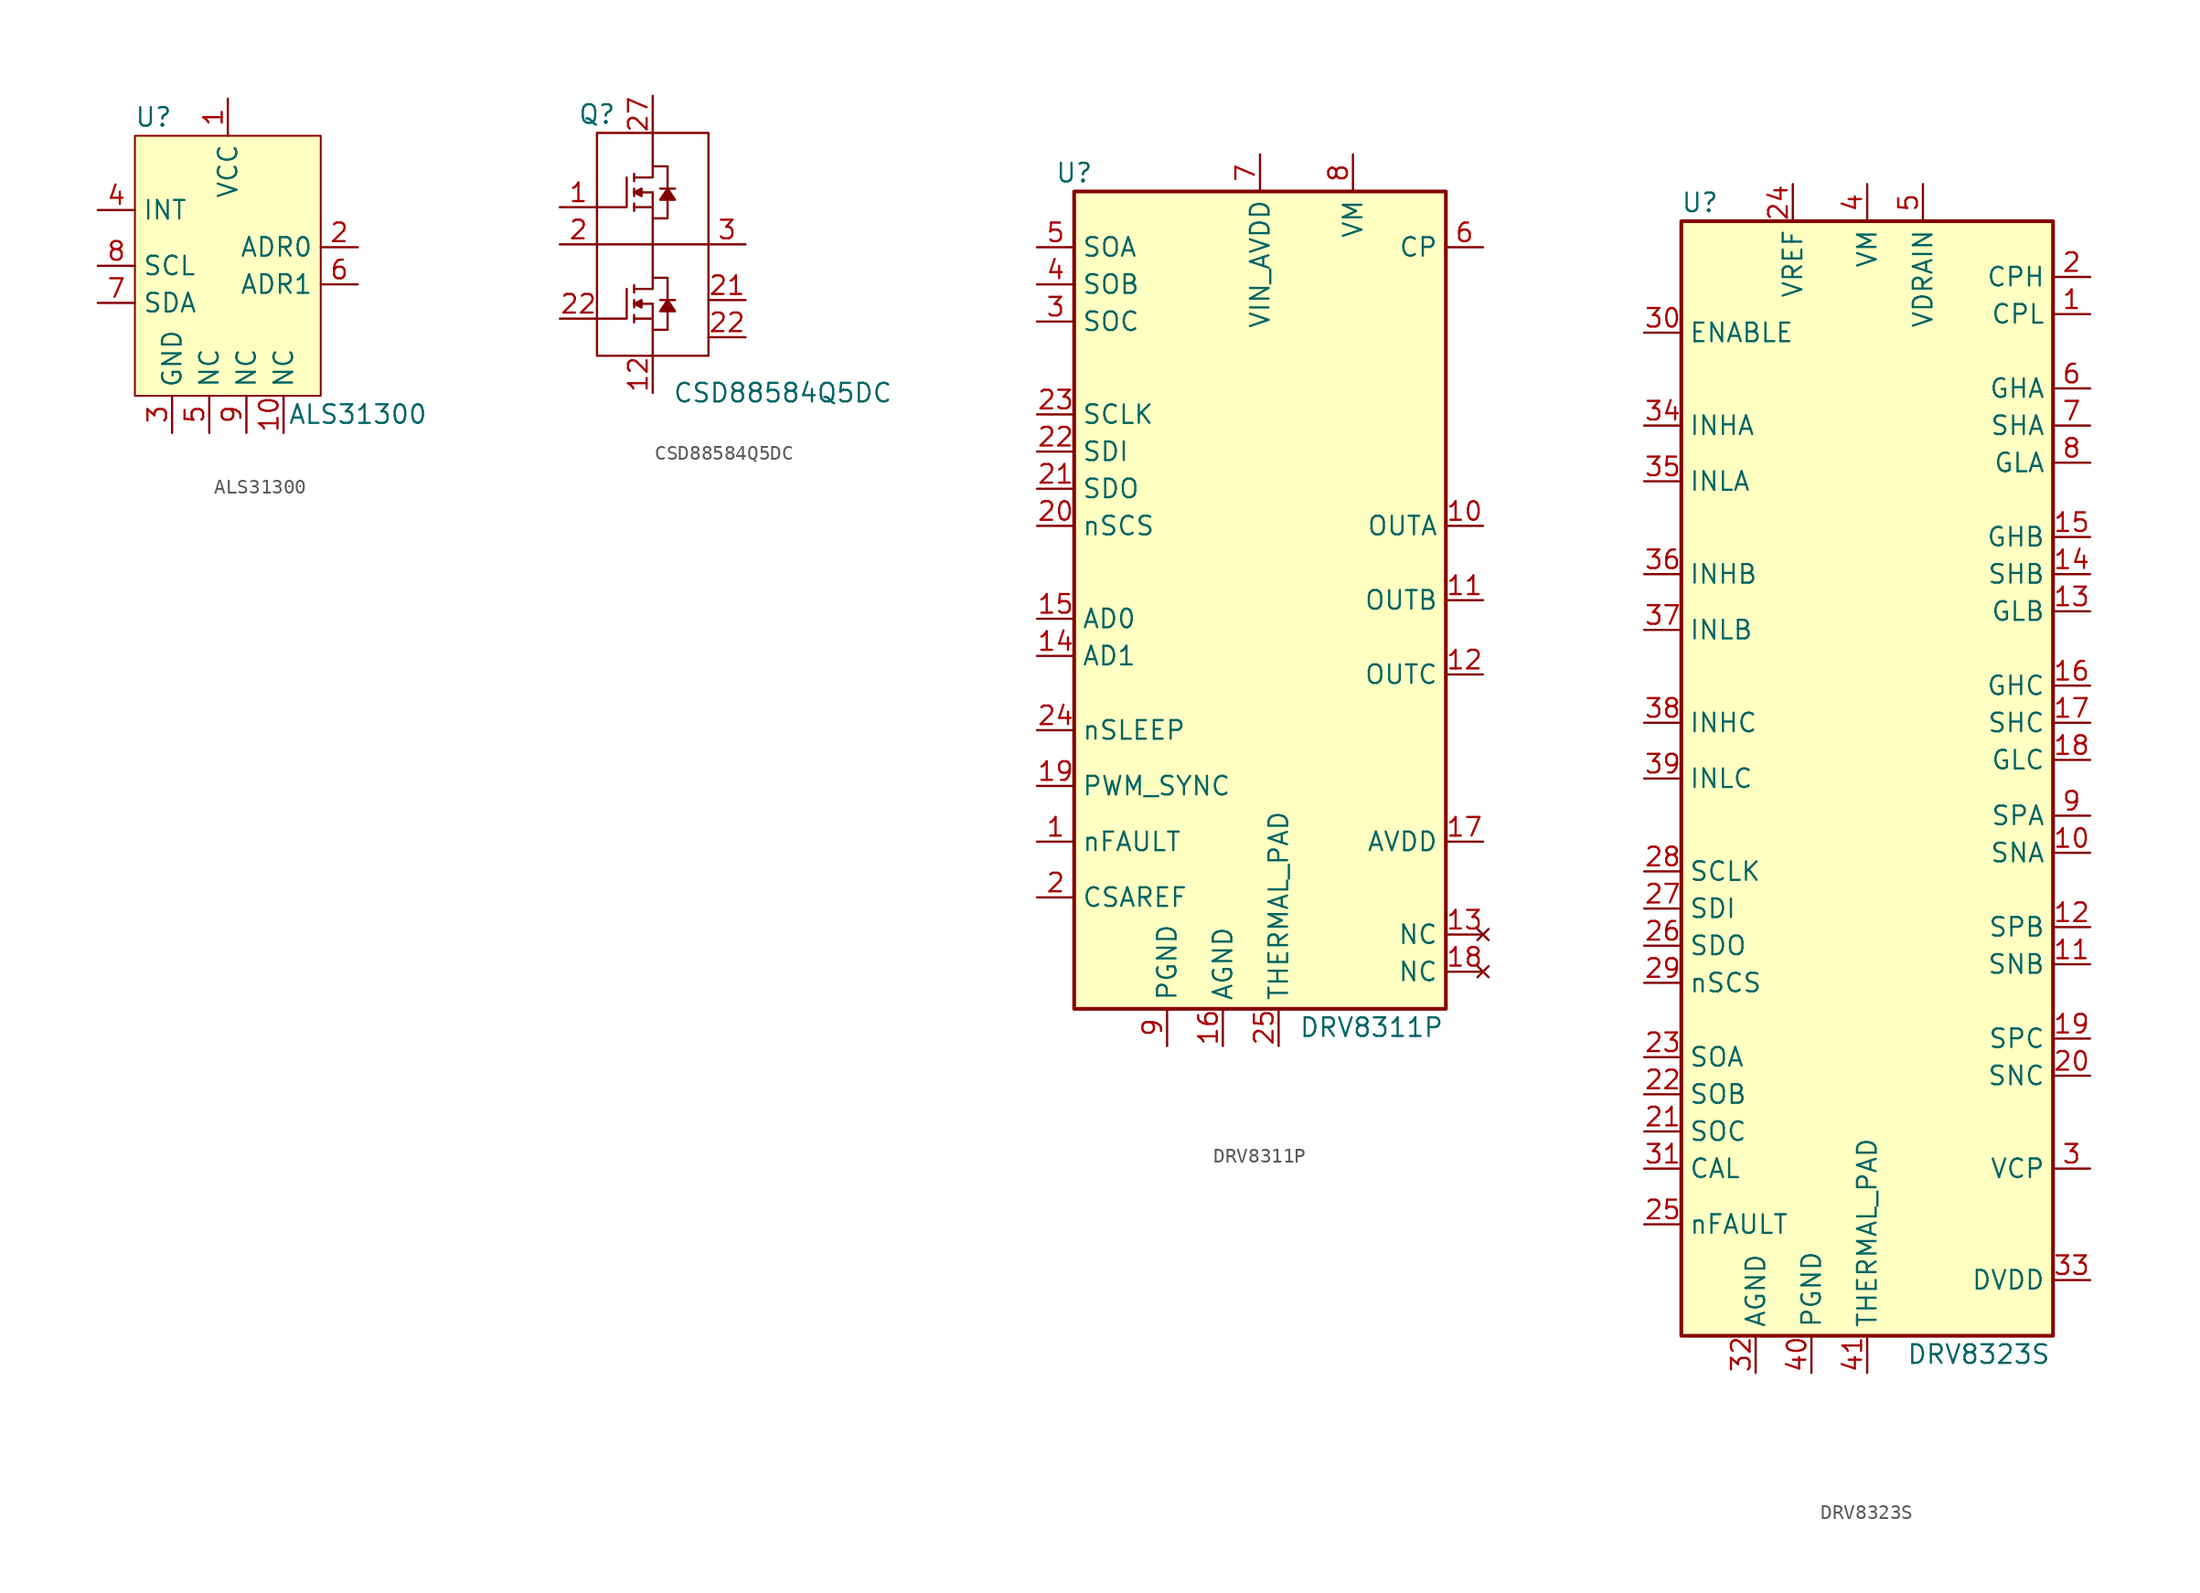
<source format=kicad_sym>
(kicad_symbol_lib
  (version 20220914)
  (generator kicad_symbol_editor)
  (symbol "ALS31300"
    (property "Reference" "U"
      (at -5.08 10.16 0)
      (effects (font (size 1.27 1.27))))
    (property "Value" "ALS31300"
      (at 8.89 -10.16 0)
      (effects (font (size 1.27 1.27))))
    (symbol "ALS31300_0_1"
      (rectangle (start -6.35 8.89) (end 6.35 -8.89) (stroke (width 0.127) (type default)) (fill (type background))))
    (symbol "ALS31300_1_1"
      (pin power_in line (at 0 11.43 270) (length 2.54) (name "VCC" (effects (font (size 1.27 1.27)))) (number "1" (effects (font (size 1.27 1.27)))))
      (pin passive line (at 3.81 -11.43 90) (length 2.54) (name "NC" (effects (font (size 1.27 1.27)))) (number "10" (effects (font (size 1.27 1.27)))))
      (pin input line (at 8.89 1.27 180) (length 2.54) (name "ADR0" (effects (font (size 1.27 1.27)))) (number "2" (effects (font (size 1.27 1.27)))))
      (pin power_in line (at -3.81 -11.43 90) (length 2.54) (name "GND" (effects (font (size 1.27 1.27)))) (number "3" (effects (font (size 1.27 1.27)))))
      (pin output line (at -8.89 3.81 0) (length 2.54) (name "INT" (effects (font (size 1.27 1.27)))) (number "4" (effects (font (size 1.27 1.27)))))
      (pin passive line (at -1.27 -11.43 90) (length 2.54) (name "NC" (effects (font (size 1.27 1.27)))) (number "5" (effects (font (size 1.27 1.27)))))
      (pin input line (at 8.89 -1.27 180) (length 2.54) (name "ADR1" (effects (font (size 1.27 1.27)))) (number "6" (effects (font (size 1.27 1.27)))))
      (pin input line (at -8.89 -2.54 0) (length 2.54) (name "SDA" (effects (font (size 1.27 1.27)))) (number "7" (effects (font (size 1.27 1.27)))))
      (pin input line (at -8.89 0 0) (length 2.54) (name "SCL" (effects (font (size 1.27 1.27)))) (number "8" (effects (font (size 1.27 1.27)))))
      (pin passive line (at 1.27 -11.43 90) (length 2.54) (name "NC" (effects (font (size 1.27 1.27)))) (number "9" (effects (font (size 1.27 1.27)))))))
  (symbol "CSD88584Q5DC"
    (property "Reference" "Q"
      (at -3.81 8.89 0)
      (effects (font (size 1.27 1.27))))
    (property "Value" "CSD88584Q5DC"
      (at 8.89 -10.16 0)
      (effects (font (size 1.27 1.27))))
    (symbol "CSD88584Q5DC_0_1"
      (rectangle (start -3.81 7.62) (end 3.81 -7.62) (stroke (width 0) (type default)) (fill (type none)))
      (polyline (pts (xy -3.81 0) (xy 3.81 0)) (stroke (width 0) (type default)) (fill (type none)))
      (polyline (pts (xy -1.27 -4.826) (xy -1.27 -5.334)) (stroke (width 0) (type default)) (fill (type none)))
      (polyline (pts (xy -1.27 -4.064) (xy 0 -4.064)) (stroke (width 0) (type default)) (fill (type none)))
      (polyline (pts (xy -1.27 -3.81) (xy -1.27 -4.318)) (stroke (width 0) (type default)) (fill (type none)))
      (polyline (pts (xy -1.27 -2.794) (xy -1.27 -3.302)) (stroke (width 0) (type default)) (fill (type none)))
      (polyline (pts (xy -1.27 2.794) (xy -1.27 2.286)) (stroke (width 0) (type default)) (fill (type none)))
      (polyline (pts (xy -1.27 3.556) (xy 0 3.556)) (stroke (width 0) (type default)) (fill (type none)))
      (polyline (pts (xy -1.27 3.81) (xy -1.27 3.302)) (stroke (width 0) (type default)) (fill (type none)))
      (polyline (pts (xy -1.27 4.826) (xy -1.27 4.318)) (stroke (width 0) (type default)) (fill (type none)))
      (polyline (pts (xy 0 -4.064) (xy 0 -5.08)) (stroke (width 0) (type default)) (fill (type none)))
      (polyline (pts (xy 0 3.556) (xy 0 2.54)) (stroke (width 0) (type default)) (fill (type none)))
      (polyline (pts (xy 0.508 -3.81) (xy 1.524 -3.81)) (stroke (width 0) (type default)) (fill (type none)))
      (polyline (pts (xy 0.508 3.81) (xy 1.524 3.81)) (stroke (width 0) (type default)) (fill (type none)))
      (polyline (pts (xy -1.778 -3.048) (xy -1.778 -5.08) (xy -3.81 -5.08)) (stroke (width 0) (type default)) (fill (type none)))
      (polyline (pts (xy -1.778 4.572) (xy -1.778 2.54) (xy -3.81 2.54)) (stroke (width 0) (type default)) (fill (type none)))
      (polyline (pts (xy -1.27 -5.08) (xy 0 -5.08) (xy 0 -7.62)) (stroke (width 0) (type default)) (fill (type none)))
      (polyline (pts (xy -1.27 -3.048) (xy 0 -3.048) (xy 0 0)) (stroke (width 0) (type default)) (fill (type none)))
      (polyline (pts (xy -1.27 2.54) (xy 0 2.54) (xy 0 0)) (stroke (width 0) (type default)) (fill (type none)))
      (polyline (pts (xy -1.27 4.572) (xy 0 4.572) (xy 0 7.62)) (stroke (width 0) (type default)) (fill (type none)))
      (polyline (pts (xy -0.762 -4.318) (xy -1.27 -4.064) (xy -0.762 -3.81) (xy -0.762 -4.318)) (stroke (width 0) (type default)) (fill (type outline)))
      (polyline (pts (xy -0.762 3.302) (xy -1.27 3.556) (xy -0.762 3.81) (xy -0.762 3.302)) (stroke (width 0) (type default)) (fill (type outline)))
      (polyline (pts (xy 0 -5.842) (xy 1.016 -5.842) (xy 1.016 -2.286) (xy 0 -2.286)) (stroke (width 0) (type default)) (fill (type none)))
      (polyline (pts (xy 0 1.778) (xy 1.016 1.778) (xy 1.016 5.334) (xy 0 5.334)) (stroke (width 0) (type default)) (fill (type none)))
      (polyline (pts (xy 1.016 -3.81) (xy 0.508 -4.572) (xy 1.524 -4.572) (xy 1.016 -3.81)) (stroke (width 0) (type default)) (fill (type outline)))
      (polyline (pts (xy 1.016 3.81) (xy 0.508 3.048) (xy 1.524 3.048) (xy 1.016 3.81)) (stroke (width 0) (type default)) (fill (type outline))))
    (symbol "CSD88584Q5DC_1_1"
      (pin input line (at -6.35 2.54 0) (length 2.54) (name "~" (effects (font (size 1.27 1.27)))) (number "1" (effects (font (size 1.27 1.27)))))
      (pin input line (at 6.35 0 180) (length 2.54) hide (name "~" (effects (font (size 1.27 1.27)))) (number "10" (effects (font (size 1.27 1.27)))))
      (pin input line (at 6.35 0 180) (length 2.54) hide (name "~" (effects (font (size 1.27 1.27)))) (number "11" (effects (font (size 1.27 1.27)))))
      (pin input line (at 0 -10.16 90) (length 2.54) (name "~" (effects (font (size 1.27 1.27)))) (number "12" (effects (font (size 1.27 1.27)))))
      (pin input line (at 0 -10.16 90) (length 2.54) hide (name "~" (effects (font (size 1.27 1.27)))) (number "13" (effects (font (size 1.27 1.27)))))
      (pin input line (at 0 -10.16 90) (length 2.54) hide (name "~" (effects (font (size 1.27 1.27)))) (number "14" (effects (font (size 1.27 1.27)))))
      (pin input line (at 0 -10.16 90) (length 2.54) hide (name "~" (effects (font (size 1.27 1.27)))) (number "15" (effects (font (size 1.27 1.27)))))
      (pin input line (at 0 -10.16 90) (length 2.54) hide (name "~" (effects (font (size 1.27 1.27)))) (number "16" (effects (font (size 1.27 1.27)))))
      (pin input line (at 0 -10.16 90) (length 2.54) hide (name "~" (effects (font (size 1.27 1.27)))) (number "17" (effects (font (size 1.27 1.27)))))
      (pin input line (at 0 -10.16 90) (length 2.54) hide (name "~" (effects (font (size 1.27 1.27)))) (number "18" (effects (font (size 1.27 1.27)))))
      (pin input line (at 0 -10.16 90) (length 2.54) hide (name "~" (effects (font (size 1.27 1.27)))) (number "19" (effects (font (size 1.27 1.27)))))
      (pin input line (at -6.35 0 0) (length 2.54) (name "~" (effects (font (size 1.27 1.27)))) (number "2" (effects (font (size 1.27 1.27)))))
      (pin input line (at 0 -10.16 90) (length 2.54) hide (name "~" (effects (font (size 1.27 1.27)))) (number "20" (effects (font (size 1.27 1.27)))))
      (pin input line (at 6.35 -3.81 180) (length 2.54) (name "~" (effects (font (size 1.27 1.27)))) (number "21" (effects (font (size 1.27 1.27)))))
      (pin input line (at -6.35 -5.08 0) (length 2.54) (name "~" (effects (font (size 1.27 1.27)))) (number "22" (effects (font (size 1.27 1.27)))))
      (pin input line (at 6.35 -6.35 180) (length 2.54) (name "~" (effects (font (size 1.27 1.27)))) (number "22" (effects (font (size 1.27 1.27)))))
      (pin input line (at 0 10.16 270) (length 2.54) (name "~" (effects (font (size 1.27 1.27)))) (number "27" (effects (font (size 1.27 1.27)))))
      (pin input line (at 6.35 0 180) (length 2.54) (name "~" (effects (font (size 1.27 1.27)))) (number "3" (effects (font (size 1.27 1.27)))))
      (pin input line (at 6.35 0 180) (length 2.54) hide (name "~" (effects (font (size 1.27 1.27)))) (number "4" (effects (font (size 1.27 1.27)))))
      (pin input line (at 6.35 0 180) (length 2.54) hide (name "~" (effects (font (size 1.27 1.27)))) (number "5" (effects (font (size 1.27 1.27)))))
      (pin input line (at 6.35 0 180) (length 2.54) hide (name "~" (effects (font (size 1.27 1.27)))) (number "6" (effects (font (size 1.27 1.27)))))
      (pin input line (at 6.35 0 180) (length 2.54) hide (name "~" (effects (font (size 1.27 1.27)))) (number "7" (effects (font (size 1.27 1.27)))))
      (pin input line (at 6.35 0 180) (length 2.54) hide (name "~" (effects (font (size 1.27 1.27)))) (number "8" (effects (font (size 1.27 1.27)))))
      (pin input line (at 6.35 0 180) (length 2.54) hide (name "~" (effects (font (size 1.27 1.27)))) (number "9" (effects (font (size 1.27 1.27)))))))
  (symbol "DRV8311P"
    (property "Reference" "U"
      (at -12.7 29.21 0)
      (effects (font (size 1.27 1.27))))
    (property "Value" "DRV8311P"
      (at 7.62 -29.21 0)
      (effects (font (size 1.27 1.27))))
    (symbol "DRV8311P_0_1"
      (rectangle (start -12.7 27.94) (end 12.7 -27.94) (stroke (width 0.254) (type default)) (fill (type background))))
    (symbol "DRV8311P_1_1"
      (pin output line (at -15.24 -16.51 0) (length 2.54) (name "nFAULT" (effects (font (size 1.27 1.27)))) (number "1" (effects (font (size 1.27 1.27)))))
      (pin output line (at 15.24 5.08 180) (length 2.54) (name "OUTA" (effects (font (size 1.27 1.27)))) (number "10" (effects (font (size 1.27 1.27)))))
      (pin output line (at 15.24 0 180) (length 2.54) (name "OUTB" (effects (font (size 1.27 1.27)))) (number "11" (effects (font (size 1.27 1.27)))))
      (pin output line (at 15.24 -5.08 180) (length 2.54) (name "OUTC" (effects (font (size 1.27 1.27)))) (number "12" (effects (font (size 1.27 1.27)))))
      (pin no_connect line (at 15.24 -22.86 180) (length 2.54) (name "NC" (effects (font (size 1.27 1.27)))) (number "13" (effects (font (size 1.27 1.27)))))
      (pin input line (at -15.24 -3.81 0) (length 2.54) (name "AD1" (effects (font (size 1.27 1.27)))) (number "14" (effects (font (size 1.27 1.27)))))
      (pin input line (at -15.24 -1.27 0) (length 2.54) (name "AD0" (effects (font (size 1.27 1.27)))) (number "15" (effects (font (size 1.27 1.27)))))
      (pin power_in line (at -2.54 -30.48 90) (length 2.54) (name "AGND" (effects (font (size 1.27 1.27)))) (number "16" (effects (font (size 1.27 1.27)))))
      (pin power_out line (at 15.24 -16.51 180) (length 2.54) (name "AVDD" (effects (font (size 1.27 1.27)))) (number "17" (effects (font (size 1.27 1.27)))))
      (pin no_connect line (at 15.24 -25.4 180) (length 2.54) (name "NC" (effects (font (size 1.27 1.27)))) (number "18" (effects (font (size 1.27 1.27)))))
      (pin input line (at -15.24 -12.7 0) (length 2.54) (name "PWM_SYNC" (effects (font (size 1.27 1.27)))) (number "19" (effects (font (size 1.27 1.27)))))
      (pin power_in line (at -15.24 -20.32 0) (length 2.54) (name "CSAREF" (effects (font (size 1.27 1.27)))) (number "2" (effects (font (size 1.27 1.27)))))
      (pin input line (at -15.24 5.08 0) (length 2.54) (name "nSCS" (effects (font (size 1.27 1.27)))) (number "20" (effects (font (size 1.27 1.27)))))
      (pin output line (at -15.24 7.62 0) (length 2.54) (name "SDO" (effects (font (size 1.27 1.27)))) (number "21" (effects (font (size 1.27 1.27)))))
      (pin input line (at -15.24 10.16 0) (length 2.54) (name "SDI" (effects (font (size 1.27 1.27)))) (number "22" (effects (font (size 1.27 1.27)))))
      (pin input line (at -15.24 12.7 0) (length 2.54) (name "SCLK" (effects (font (size 1.27 1.27)))) (number "23" (effects (font (size 1.27 1.27)))))
      (pin input line (at -15.24 -8.89 0) (length 2.54) (name "nSLEEP" (effects (font (size 1.27 1.27)))) (number "24" (effects (font (size 1.27 1.27)))))
      (pin power_in line (at 1.27 -30.48 90) (length 2.54) (name "THERMAL_PAD" (effects (font (size 1.27 1.27)))) (number "25" (effects (font (size 1.27 1.27)))))
      (pin output line (at -15.24 19.05 0) (length 2.54) (name "SOC" (effects (font (size 1.27 1.27)))) (number "3" (effects (font (size 1.27 1.27)))))
      (pin output line (at -15.24 21.59 0) (length 2.54) (name "SOB" (effects (font (size 1.27 1.27)))) (number "4" (effects (font (size 1.27 1.27)))))
      (pin output line (at -15.24 24.13 0) (length 2.54) (name "SOA" (effects (font (size 1.27 1.27)))) (number "5" (effects (font (size 1.27 1.27)))))
      (pin power_out line (at 15.24 24.13 180) (length 2.54) (name "CP" (effects (font (size 1.27 1.27)))) (number "6" (effects (font (size 1.27 1.27)))))
      (pin power_in line (at 0 30.48 270) (length 2.54) (name "VIN_AVDD" (effects (font (size 1.27 1.27)))) (number "7" (effects (font (size 1.27 1.27)))))
      (pin power_in line (at 6.35 30.48 270) (length 2.54) (name "VM" (effects (font (size 1.27 1.27)))) (number "8" (effects (font (size 1.27 1.27)))))
      (pin power_in line (at -6.35 -30.48 90) (length 2.54) (name "PGND" (effects (font (size 1.27 1.27)))) (number "9" (effects (font (size 1.27 1.27)))))))
  (symbol "DRV8323S"
    (property "Reference" "U"
      (at -11.43 39.37 0)
      (effects (font (size 1.27 1.27))))
    (property "Value" "DRV8323S"
      (at 7.62 -39.37 0)
      (effects (font (size 1.27 1.27))))
    (symbol "DRV8323S_0_1"
      (rectangle (start -12.7 38.1) (end 12.7 -38.1) (stroke (width 0.254) (type default)) (fill (type background))))
    (symbol "DRV8323S_1_1"
      (pin power_in line (at 15.24 31.75 180) (length 2.54) (name "CPL" (effects (font (size 1.27 1.27)))) (number "1" (effects (font (size 1.27 1.27)))))
      (pin input line (at 15.24 -5.08 180) (length 2.54) (name "SNA" (effects (font (size 1.27 1.27)))) (number "10" (effects (font (size 1.27 1.27)))))
      (pin input line (at 15.24 -12.7 180) (length 2.54) (name "SNB" (effects (font (size 1.27 1.27)))) (number "11" (effects (font (size 1.27 1.27)))))
      (pin input line (at 15.24 -10.16 180) (length 2.54) (name "SPB" (effects (font (size 1.27 1.27)))) (number "12" (effects (font (size 1.27 1.27)))))
      (pin output line (at 15.24 11.43 180) (length 2.54) (name "GLB" (effects (font (size 1.27 1.27)))) (number "13" (effects (font (size 1.27 1.27)))))
      (pin input line (at 15.24 13.97 180) (length 2.54) (name "SHB" (effects (font (size 1.27 1.27)))) (number "14" (effects (font (size 1.27 1.27)))))
      (pin output line (at 15.24 16.51 180) (length 2.54) (name "GHB" (effects (font (size 1.27 1.27)))) (number "15" (effects (font (size 1.27 1.27)))))
      (pin output line (at 15.24 6.35 180) (length 2.54) (name "GHC" (effects (font (size 1.27 1.27)))) (number "16" (effects (font (size 1.27 1.27)))))
      (pin input line (at 15.24 3.81 180) (length 2.54) (name "SHC" (effects (font (size 1.27 1.27)))) (number "17" (effects (font (size 1.27 1.27)))))
      (pin output line (at 15.24 1.27 180) (length 2.54) (name "GLC" (effects (font (size 1.27 1.27)))) (number "18" (effects (font (size 1.27 1.27)))))
      (pin input line (at 15.24 -17.78 180) (length 2.54) (name "SPC" (effects (font (size 1.27 1.27)))) (number "19" (effects (font (size 1.27 1.27)))))
      (pin power_in line (at 15.24 34.29 180) (length 2.54) (name "CPH" (effects (font (size 1.27 1.27)))) (number "2" (effects (font (size 1.27 1.27)))))
      (pin input line (at 15.24 -20.32 180) (length 2.54) (name "SNC" (effects (font (size 1.27 1.27)))) (number "20" (effects (font (size 1.27 1.27)))))
      (pin output line (at -15.24 -24.13 0) (length 2.54) (name "SOC" (effects (font (size 1.27 1.27)))) (number "21" (effects (font (size 1.27 1.27)))))
      (pin output line (at -15.24 -21.59 0) (length 2.54) (name "SOB" (effects (font (size 1.27 1.27)))) (number "22" (effects (font (size 1.27 1.27)))))
      (pin output line (at -15.24 -19.05 0) (length 2.54) (name "SOA" (effects (font (size 1.27 1.27)))) (number "23" (effects (font (size 1.27 1.27)))))
      (pin power_in line (at -5.08 40.64 270) (length 2.54) (name "VREF" (effects (font (size 1.27 1.27)))) (number "24" (effects (font (size 1.27 1.27)))))
      (pin output line (at -15.24 -30.48 0) (length 2.54) (name "nFAULT" (effects (font (size 1.27 1.27)))) (number "25" (effects (font (size 1.27 1.27)))))
      (pin output line (at -15.24 -11.43 0) (length 2.54) (name "SDO" (effects (font (size 1.27 1.27)))) (number "26" (effects (font (size 1.27 1.27)))))
      (pin input line (at -15.24 -8.89 0) (length 2.54) (name "SDI" (effects (font (size 1.27 1.27)))) (number "27" (effects (font (size 1.27 1.27)))))
      (pin input line (at -15.24 -6.35 0) (length 2.54) (name "SCLK" (effects (font (size 1.27 1.27)))) (number "28" (effects (font (size 1.27 1.27)))))
      (pin input line (at -15.24 -13.97 0) (length 2.54) (name "nSCS" (effects (font (size 1.27 1.27)))) (number "29" (effects (font (size 1.27 1.27)))))
      (pin power_out line (at 15.24 -26.67 180) (length 2.54) (name "VCP" (effects (font (size 1.27 1.27)))) (number "3" (effects (font (size 1.27 1.27)))))
      (pin input line (at -15.24 30.48 0) (length 2.54) (name "ENABLE" (effects (font (size 1.27 1.27)))) (number "30" (effects (font (size 1.27 1.27)))))
      (pin power_in line (at -15.24 -26.67 0) (length 2.54) (name "CAL" (effects (font (size 1.27 1.27)))) (number "31" (effects (font (size 1.27 1.27)))))
      (pin power_in line (at -7.62 -40.64 90) (length 2.54) (name "AGND" (effects (font (size 1.27 1.27)))) (number "32" (effects (font (size 1.27 1.27)))))
      (pin power_out line (at 15.24 -34.29 180) (length 2.54) (name "DVDD" (effects (font (size 1.27 1.27)))) (number "33" (effects (font (size 1.27 1.27)))))
      (pin input line (at -15.24 24.13 0) (length 2.54) (name "INHA" (effects (font (size 1.27 1.27)))) (number "34" (effects (font (size 1.27 1.27)))))
      (pin input line (at -15.24 20.32 0) (length 2.54) (name "INLA" (effects (font (size 1.27 1.27)))) (number "35" (effects (font (size 1.27 1.27)))))
      (pin input line (at -15.24 13.97 0) (length 2.54) (name "INHB" (effects (font (size 1.27 1.27)))) (number "36" (effects (font (size 1.27 1.27)))))
      (pin input line (at -15.24 10.16 0) (length 2.54) (name "INLB" (effects (font (size 1.27 1.27)))) (number "37" (effects (font (size 1.27 1.27)))))
      (pin input line (at -15.24 3.81 0) (length 2.54) (name "INHC" (effects (font (size 1.27 1.27)))) (number "38" (effects (font (size 1.27 1.27)))))
      (pin input line (at -15.24 0 0) (length 2.54) (name "INLC" (effects (font (size 1.27 1.27)))) (number "39" (effects (font (size 1.27 1.27)))))
      (pin power_in line (at 0 40.64 270) (length 2.54) (name "VM" (effects (font (size 1.27 1.27)))) (number "4" (effects (font (size 1.27 1.27)))))
      (pin power_in line (at -3.81 -40.64 90) (length 2.54) (name "PGND" (effects (font (size 1.27 1.27)))) (number "40" (effects (font (size 1.27 1.27)))))
      (pin power_in line (at 0 -40.64 90) (length 2.54) (name "THERMAL_PAD" (effects (font (size 1.27 1.27)))) (number "41" (effects (font (size 1.27 1.27)))))
      (pin input line (at 3.81 40.64 270) (length 2.54) (name "VDRAIN" (effects (font (size 1.27 1.27)))) (number "5" (effects (font (size 1.27 1.27)))))
      (pin output line (at 15.24 26.67 180) (length 2.54) (name "GHA" (effects (font (size 1.27 1.27)))) (number "6" (effects (font (size 1.27 1.27)))))
      (pin input line (at 15.24 24.13 180) (length 2.54) (name "SHA" (effects (font (size 1.27 1.27)))) (number "7" (effects (font (size 1.27 1.27)))))
      (pin output line (at 15.24 21.59 180) (length 2.54) (name "GLA" (effects (font (size 1.27 1.27)))) (number "8" (effects (font (size 1.27 1.27)))))
      (pin input line (at 15.24 -2.54 180) (length 2.54) (name "SPA" (effects (font (size 1.27 1.27)))) (number "9" (effects (font (size 1.27 1.27))))))))
</source>
